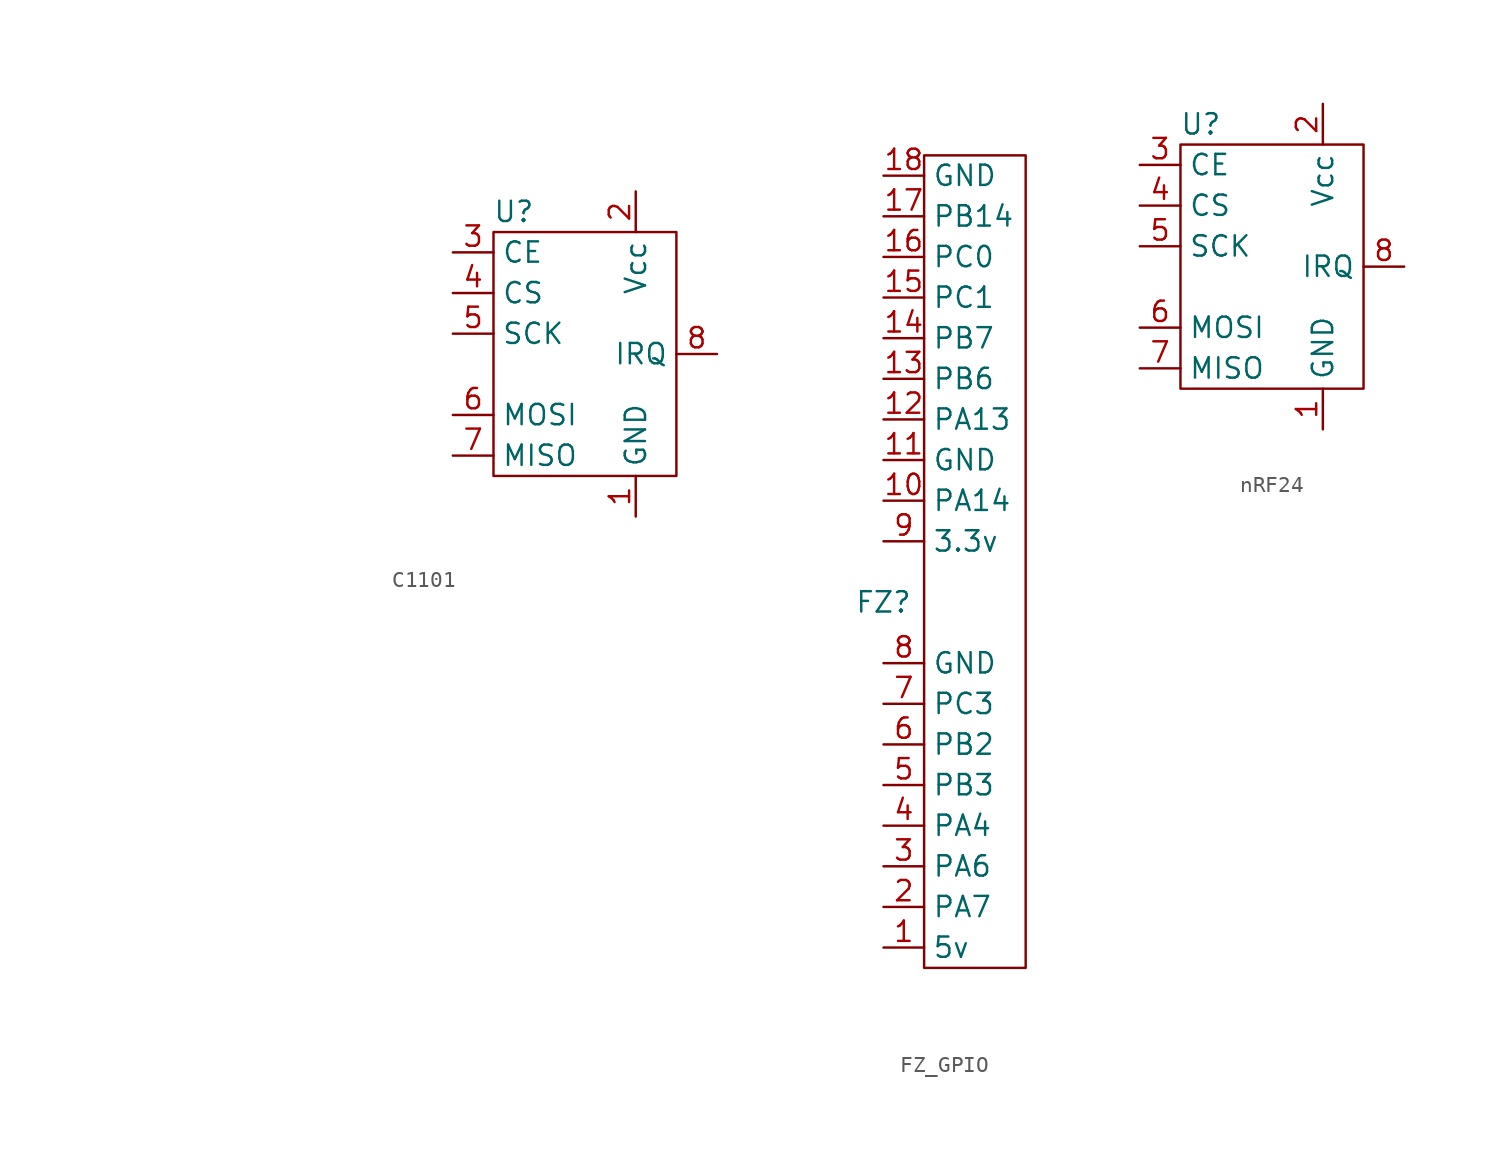
<source format=kicad_sym>
(kicad_symbol_lib
  (version 20220914)
  (generator kicad_symbol_editor)
  (symbol "C1101"
    (property "Reference" "U"
      (at 12.7 1.27 0)
      (effects (font (size 1.27 1.27))))
    (property "Value" ""
      (at -11.43 7.62 0)
      (effects (font (size 1.27 1.27))))
    (symbol "C1101_0_1"
      (rectangle (start 11.43 0) (end 22.86 -15.24) (stroke (width 0) (type default)) (fill (type none))))
    (symbol "C1101_1_1"
      (pin output line (at 20.32 -17.78 90) (length 2.54) (name "GND" (effects (font (size 1.27 1.27)))) (number "1" (effects (font (size 1.27 1.27)))))
      (pin input line (at 20.32 2.54 270) (length 2.54) (name "Vcc" (effects (font (size 1.27 1.27)))) (number "2" (effects (font (size 1.27 1.27)))))
      (pin input line (at 8.89 -1.27 0) (length 2.54) (name "CE" (effects (font (size 1.27 1.27)))) (number "3" (effects (font (size 1.27 1.27)))))
      (pin input line (at 8.89 -3.81 0) (length 2.54) (name "CS" (effects (font (size 1.27 1.27)))) (number "4" (effects (font (size 1.27 1.27)))))
      (pin input line (at 8.89 -6.35 0) (length 2.54) (name "SCK" (effects (font (size 1.27 1.27)))) (number "5" (effects (font (size 1.27 1.27)))))
      (pin input line (at 8.89 -11.43 0) (length 2.54) (name "MOSI" (effects (font (size 1.27 1.27)))) (number "6" (effects (font (size 1.27 1.27)))))
      (pin output line (at 8.89 -13.97 0) (length 2.54) (name "MISO" (effects (font (size 1.27 1.27)))) (number "7" (effects (font (size 1.27 1.27)))))
      (pin output line (at 25.4 -7.62 180) (length 2.54) (name "IRQ" (effects (font (size 1.27 1.27)))) (number "8" (effects (font (size 1.27 1.27)))))))
  (symbol "FZ_GPIO"
    (property "Reference" "FZ"
      (at 0 0 0)
      (effects (font (size 1.27 1.27))))
    (property "Value" ""
      (at 0 2.54 0)
      (effects (font (size 1.27 1.27))))
    (symbol "FZ_GPIO_0_1"
      (rectangle (start 2.54 27.94) (end 8.89 -22.86) (stroke (width 0) (type default)) (fill (type none))))
    (symbol "FZ_GPIO_1_1"
      (pin output line (at 0 -21.59 0) (length 2.54) (name "5v" (effects (font (size 1.27 1.27)))) (number "1" (effects (font (size 1.27 1.27)))))
      (pin bidirectional line (at 0 6.35 0) (length 2.54) (name "PA14" (effects (font (size 1.27 1.27)))) (number "10" (effects (font (size 1.27 1.27)))))
      (pin bidirectional line (at 0 8.89 0) (length 2.54) (name "GND" (effects (font (size 1.27 1.27)))) (number "11" (effects (font (size 1.27 1.27)))))
      (pin bidirectional line (at 0 11.43 0) (length 2.54) (name "PA13" (effects (font (size 1.27 1.27)))) (number "12" (effects (font (size 1.27 1.27)))))
      (pin bidirectional line (at 0 13.97 0) (length 2.54) (name "PB6" (effects (font (size 1.27 1.27)))) (number "13" (effects (font (size 1.27 1.27)))))
      (pin bidirectional line (at 0 16.51 0) (length 2.54) (name "PB7" (effects (font (size 1.27 1.27)))) (number "14" (effects (font (size 1.27 1.27)))))
      (pin bidirectional line (at 0 19.05 0) (length 2.54) (name "PC1" (effects (font (size 1.27 1.27)))) (number "15" (effects (font (size 1.27 1.27)))))
      (pin bidirectional line (at 0 21.59 0) (length 2.54) (name "PC0" (effects (font (size 1.27 1.27)))) (number "16" (effects (font (size 1.27 1.27)))))
      (pin bidirectional line (at 0 24.13 0) (length 2.54) (name "PB14" (effects (font (size 1.27 1.27)))) (number "17" (effects (font (size 1.27 1.27)))))
      (pin bidirectional line (at 0 26.67 0) (length 2.54) (name "GND" (effects (font (size 1.27 1.27)))) (number "18" (effects (font (size 1.27 1.27)))))
      (pin bidirectional line (at 0 -19.05 0) (length 2.54) (name "PA7" (effects (font (size 1.27 1.27)))) (number "2" (effects (font (size 1.27 1.27)))))
      (pin bidirectional line (at 0 -16.51 0) (length 2.54) (name "PA6" (effects (font (size 1.27 1.27)))) (number "3" (effects (font (size 1.27 1.27)))))
      (pin bidirectional line (at 0 -13.97 0) (length 2.54) (name "PA4" (effects (font (size 1.27 1.27)))) (number "4" (effects (font (size 1.27 1.27)))))
      (pin bidirectional line (at 0 -11.43 0) (length 2.54) (name "PB3" (effects (font (size 1.27 1.27)))) (number "5" (effects (font (size 1.27 1.27)))))
      (pin bidirectional line (at 0 -8.89 0) (length 2.54) (name "PB2" (effects (font (size 1.27 1.27)))) (number "6" (effects (font (size 1.27 1.27)))))
      (pin bidirectional line (at 0 -6.35 0) (length 2.54) (name "PC3" (effects (font (size 1.27 1.27)))) (number "7" (effects (font (size 1.27 1.27)))))
      (pin bidirectional line (at 0 -3.81 0) (length 2.54) (name "GND" (effects (font (size 1.27 1.27)))) (number "8" (effects (font (size 1.27 1.27)))))
      (pin output line (at 0 3.81 0) (length 2.54) (name "3.3v" (effects (font (size 1.27 1.27)))) (number "9" (effects (font (size 1.27 1.27)))))))
  (symbol "nRF24"
    (property "Reference" "U"
      (at -5.08 8.89 0)
      (effects (font (size 1.27 1.27))))
    (property "Value" ""
      (at -7.62 5.08 0)
      (effects (font (size 1.27 1.27))))
    (symbol "nRF24_0_1"
      (rectangle (start -6.35 7.62) (end 5.08 -7.62) (stroke (width 0) (type default)) (fill (type none))))
    (symbol "nRF24_1_1"
      (pin output line (at 2.54 -10.16 90) (length 2.54) (name "GND" (effects (font (size 1.27 1.27)))) (number "1" (effects (font (size 1.27 1.27)))))
      (pin input line (at 2.54 10.16 270) (length 2.54) (name "Vcc" (effects (font (size 1.27 1.27)))) (number "2" (effects (font (size 1.27 1.27)))))
      (pin input line (at -8.89 6.35 0) (length 2.54) (name "CE" (effects (font (size 1.27 1.27)))) (number "3" (effects (font (size 1.27 1.27)))))
      (pin input line (at -8.89 3.81 0) (length 2.54) (name "CS" (effects (font (size 1.27 1.27)))) (number "4" (effects (font (size 1.27 1.27)))))
      (pin input line (at -8.89 1.27 0) (length 2.54) (name "SCK" (effects (font (size 1.27 1.27)))) (number "5" (effects (font (size 1.27 1.27)))))
      (pin input line (at -8.89 -3.81 0) (length 2.54) (name "MOSI" (effects (font (size 1.27 1.27)))) (number "6" (effects (font (size 1.27 1.27)))))
      (pin output line (at -8.89 -6.35 0) (length 2.54) (name "MISO" (effects (font (size 1.27 1.27)))) (number "7" (effects (font (size 1.27 1.27)))))
      (pin output line (at 7.62 0 180) (length 2.54) (name "IRQ" (effects (font (size 1.27 1.27)))) (number "8" (effects (font (size 1.27 1.27))))))))
</source>
